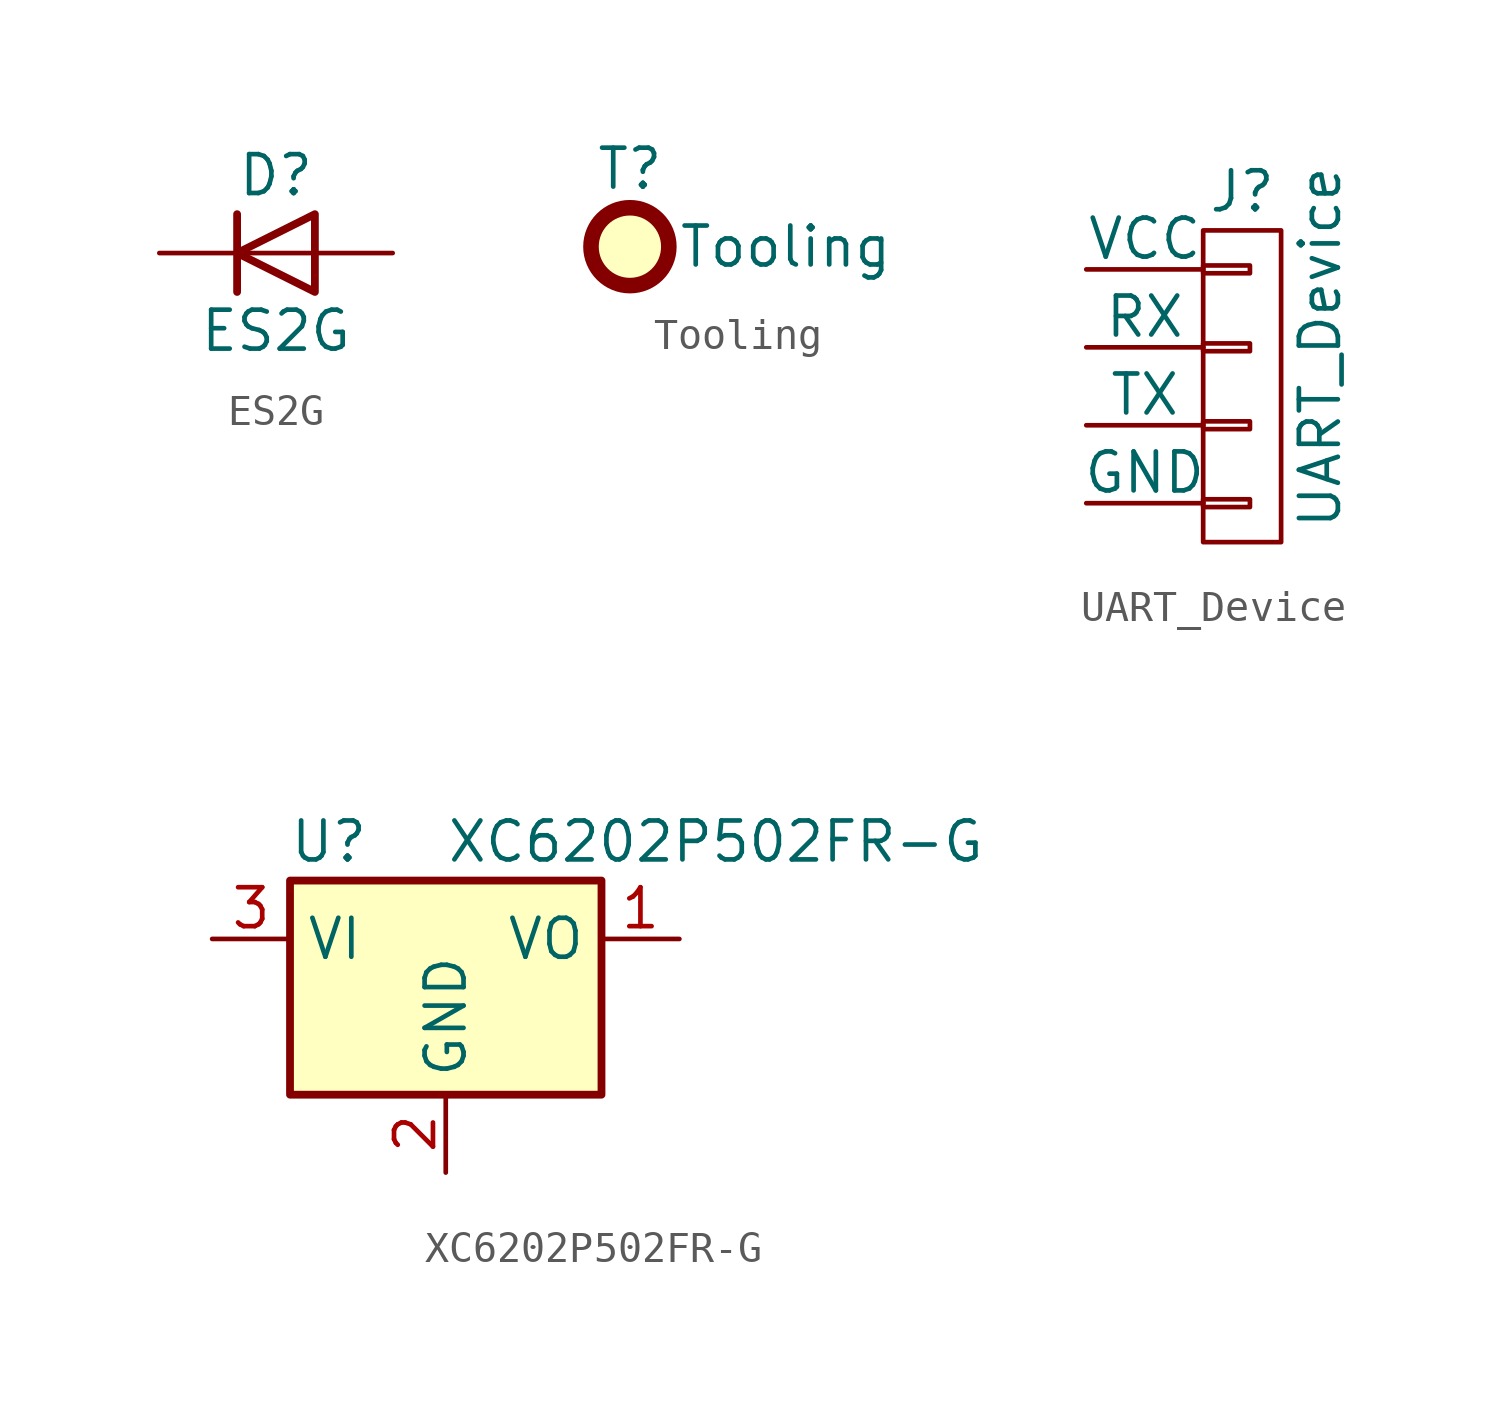
<source format=kicad_sym>
(kicad_symbol_lib
  (version 20231120)
  (generator "kicad_symbol_editor")
  (generator_version "8.0")
  (symbol "ES2G"
    (pin_numbers hide)
    (pin_names hide)
    (property "Reference" "D"
      (at 0 2.54 0)
      (effects (font (size 1.27 1.27))))
    (property "Value" "ES2G"
      (at 0 -2.54 0)
      (effects (font (size 1.27 1.27))))
    (symbol "ES2G_0_1"
      (polyline (pts (xy -1.27 1.27) (xy -1.27 -1.27)) (stroke (width 0.254) (type default)) (fill (type none)))
      (polyline (pts (xy 1.27 0) (xy -1.27 0)) (stroke (width 0) (type default)) (fill (type none)))
      (polyline (pts (xy 1.27 1.27) (xy 1.27 -1.27) (xy -1.27 0) (xy 1.27 1.27)) (stroke (width 0.254) (type default)) (fill (type none))))
    (symbol "ES2G_1_1"
      (pin passive line (at -3.81 0 0) (length 2.54) (name "K" (effects (font (size 1.27 1.27)))) (number "1" (effects (font (size 1.27 1.27)))))
      (pin passive line (at 3.81 0 180) (length 2.54) (name "A" (effects (font (size 1.27 1.27)))) (number "2" (effects (font (size 1.27 1.27)))))))
  (symbol "Tooling"
    (property "Reference" "T"
      (at 0 2.54 0)
      (effects (font (size 1.27 1.27))))
    (property "Value" "Tooling"
      (at 5.08 0 0)
      (effects (font (size 1.27 1.27))))
    (symbol "Tooling_0_1"
      (circle (center 0 0) (radius 1.27) (stroke (width 0.508) (type default)) (fill (type background)))))
  (symbol "UART_Device"
    (pin_numbers hide)
    (pin_names
      (offset 0))
    (property "Reference" "J"
      (at 0 5.08 0)
      (effects (font (size 1.27 1.27))))
    (property "Value" "UART_Device"
      (at 2.54 0 90)
      (effects (font (size 1.27 1.27))))
    (symbol "UART_Device_0_1"
      (rectangle (start -1.27 -4.953) (end 0.254 -5.207) (stroke (width 0) (type solid)) (fill (type none)))
      (rectangle (start -1.27 -2.413) (end 0.254 -2.667) (stroke (width 0) (type solid)) (fill (type none)))
      (rectangle (start -1.27 0.127) (end 0.254 -0.127) (stroke (width 0) (type solid)) (fill (type none)))
      (rectangle (start -1.27 2.667) (end 0.254 2.413) (stroke (width 0) (type solid)) (fill (type none)))
      (rectangle (start -1.27 3.81) (end 1.27 -6.35) (stroke (width 0) (type solid)) (fill (type none))))
    (symbol "UART_Device_1_1"
      (pin passive line (at -5.08 2.54 0) (length 3.81) (name "VCC" (effects (font (size 1.27 1.27)))) (number "1" (effects (font (size 1.27 1.27)))))
      (pin passive line (at -5.08 0 0) (length 3.81) (name "RX" (effects (font (size 1.27 1.27)))) (number "2" (effects (font (size 1.27 1.27)))))
      (pin passive line (at -5.08 -2.54 0) (length 3.81) (name "TX" (effects (font (size 1.27 1.27)))) (number "3" (effects (font (size 1.27 1.27)))))
      (pin passive line (at -5.08 -5.08 0) (length 3.81) (name "GND" (effects (font (size 1.27 1.27)))) (number "4" (effects (font (size 1.27 1.27)))))))
  (symbol "XC6202P502FR-G"
    (property "Reference" "U"
      (at -3.81 3.175 0)
      (effects (font (size 1.27 1.27))))
    (property "Value" "XC6202P502FR-G"
      (at 0 3.175 0)
      (effects (font (size 1.27 1.27)) (justify left)))
    (symbol "XC6202P502FR-G_0_1"
      (rectangle (start -5.08 -5.08) (end 5.08 1.905) (stroke (width 0.254) (type default)) (fill (type background))))
    (symbol "XC6202P502FR-G_1_1"
      (pin power_out line (at 7.62 0 180) (length 2.54) (name "VO" (effects (font (size 1.27 1.27)))) (number "1" (effects (font (size 1.27 1.27)))))
      (pin power_in line (at 0 -7.62 90) (length 2.54) (name "GND" (effects (font (size 1.27 1.27)))) (number "2" (effects (font (size 1.27 1.27)))))
      (pin power_in line (at -7.62 0 0) (length 2.54) (name "VI" (effects (font (size 1.27 1.27)))) (number "3" (effects (font (size 1.27 1.27))))))))
</source>
